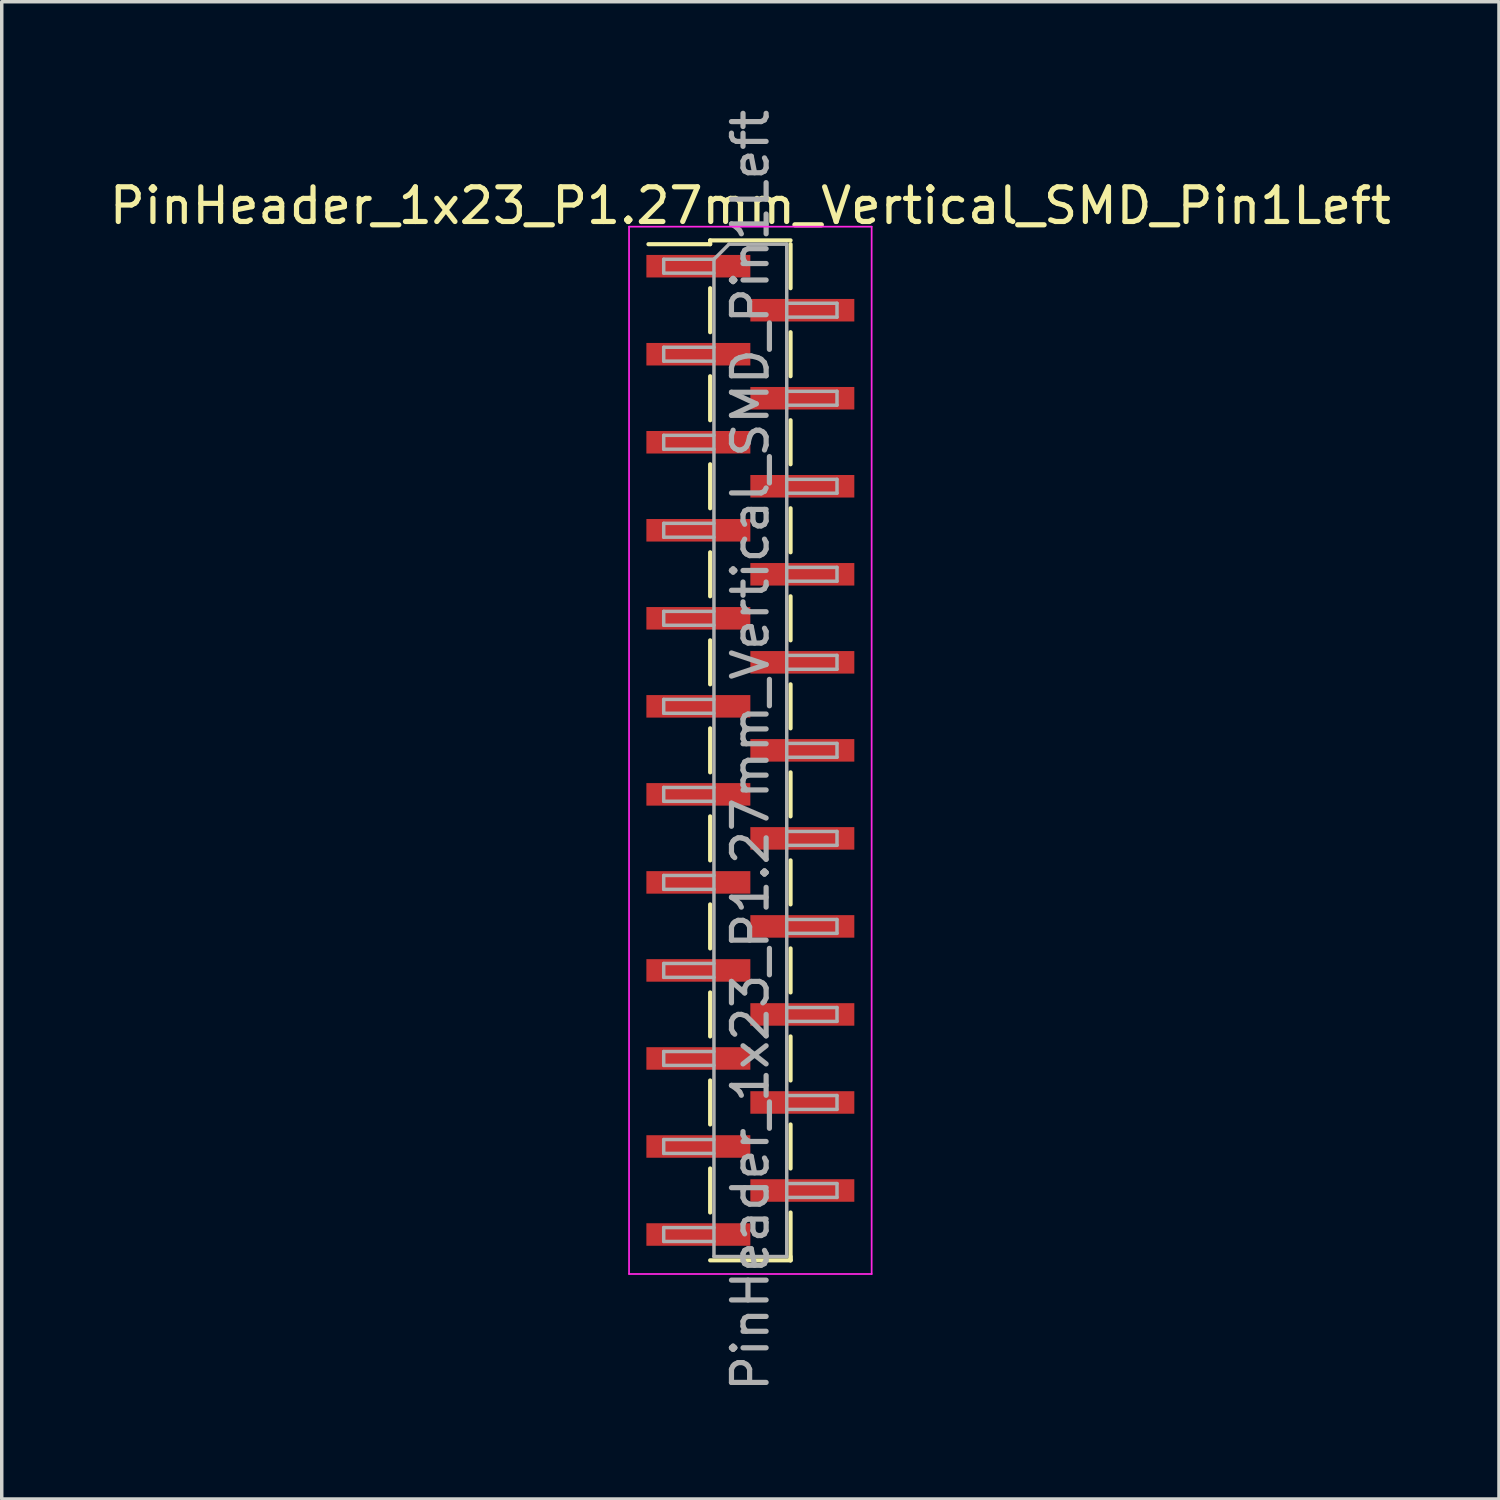
<source format=kicad_pcb>
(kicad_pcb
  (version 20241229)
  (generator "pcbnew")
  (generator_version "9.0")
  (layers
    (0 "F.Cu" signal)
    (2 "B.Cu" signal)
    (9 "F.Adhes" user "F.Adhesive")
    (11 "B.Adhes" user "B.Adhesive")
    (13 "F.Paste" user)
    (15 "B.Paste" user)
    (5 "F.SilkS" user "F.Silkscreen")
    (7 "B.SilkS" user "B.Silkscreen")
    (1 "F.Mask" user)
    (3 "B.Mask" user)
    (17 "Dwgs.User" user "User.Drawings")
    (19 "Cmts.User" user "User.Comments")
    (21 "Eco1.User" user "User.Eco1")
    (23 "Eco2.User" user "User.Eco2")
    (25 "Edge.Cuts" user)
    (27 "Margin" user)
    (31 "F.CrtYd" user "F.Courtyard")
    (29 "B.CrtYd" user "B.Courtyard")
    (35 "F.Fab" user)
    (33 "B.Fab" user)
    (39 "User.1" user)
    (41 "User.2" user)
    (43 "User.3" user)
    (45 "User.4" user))
  (footprint "PinHeader_1x23_P1.27mm_Vertical_SMD_Pin1Left"
    (layer "F.Cu")
    (at 18.601 18.601)
    (property "Reference" "PinHeader_1x23_P1.27mm_Vertical_SMD_Pin1Left" (at 0 -15.715 0) (layer "F.SilkS") (effects (font (size 1 1) (thickness 0.15))))
    (attr smd)
    (fp_line (start -1.16 -14.715) (end -1.16 -14.605) (stroke (width 0.12) (type solid)) (layer "F.SilkS"))
    (fp_line (start -1.16 -14.715) (end 1.16 -14.715) (stroke (width 0.12) (type solid)) (layer "F.SilkS"))
    (fp_line (start -1.16 -14.605) (end -2.94 -14.605) (stroke (width 0.12) (type solid)) (layer "F.SilkS"))
    (fp_line (start -1.16 -13.335) (end -1.16 -12.065) (stroke (width 0.12) (type solid)) (layer "F.SilkS"))
    (fp_line (start -1.16 -10.795) (end -1.16 -9.525) (stroke (width 0.12) (type solid)) (layer "F.SilkS"))
    (fp_line (start -1.16 -8.255) (end -1.16 -6.985) (stroke (width 0.12) (type solid)) (layer "F.SilkS"))
    (fp_line (start -1.16 -5.715) (end -1.16 -4.445) (stroke (width 0.12) (type solid)) (layer "F.SilkS"))
    (fp_line (start -1.16 -3.175) (end -1.16 -1.905) (stroke (width 0.12) (type solid)) (layer "F.SilkS"))
    (fp_line (start -1.16 -0.635) (end -1.16 0.635) (stroke (width 0.12) (type solid)) (layer "F.SilkS"))
    (fp_line (start -1.16 1.905) (end -1.16 3.175) (stroke (width 0.12) (type solid)) (layer "F.SilkS"))
    (fp_line (start -1.16 4.445) (end -1.16 5.715) (stroke (width 0.12) (type solid)) (layer "F.SilkS"))
    (fp_line (start -1.16 6.985) (end -1.16 8.255) (stroke (width 0.12) (type solid)) (layer "F.SilkS"))
    (fp_line (start -1.16 9.525) (end -1.16 10.795) (stroke (width 0.12) (type solid)) (layer "F.SilkS"))
    (fp_line (start -1.16 12.065) (end -1.16 13.335) (stroke (width 0.12) (type solid)) (layer "F.SilkS"))
    (fp_line (start -1.16 14.715) (end 1.16 14.715) (stroke (width 0.12) (type solid)) (layer "F.SilkS"))
    (fp_line (start 1.16 -14.605) (end 1.16 -13.335) (stroke (width 0.12) (type solid)) (layer "F.SilkS"))
    (fp_line (start 1.16 -12.065) (end 1.16 -10.795) (stroke (width 0.12) (type solid)) (layer "F.SilkS"))
    (fp_line (start 1.16 -9.525) (end 1.16 -8.255) (stroke (width 0.12) (type solid)) (layer "F.SilkS"))
    (fp_line (start 1.16 -6.985) (end 1.16 -5.715) (stroke (width 0.12) (type solid)) (layer "F.SilkS"))
    (fp_line (start 1.16 -4.445) (end 1.16 -3.175) (stroke (width 0.12) (type solid)) (layer "F.SilkS"))
    (fp_line (start 1.16 -1.905) (end 1.16 -0.635) (stroke (width 0.12) (type solid)) (layer "F.SilkS"))
    (fp_line (start 1.16 0.635) (end 1.16 1.905) (stroke (width 0.12) (type solid)) (layer "F.SilkS"))
    (fp_line (start 1.16 3.175) (end 1.16 4.445) (stroke (width 0.12) (type solid)) (layer "F.SilkS"))
    (fp_line (start 1.16 5.715) (end 1.16 6.985) (stroke (width 0.12) (type solid)) (layer "F.SilkS"))
    (fp_line (start 1.16 8.255) (end 1.16 9.525) (stroke (width 0.12) (type solid)) (layer "F.SilkS"))
    (fp_line (start 1.16 10.795) (end 1.16 12.065) (stroke (width 0.12) (type solid)) (layer "F.SilkS"))
    (fp_line (start 1.16 13.335) (end 1.16 14.715) (stroke (width 0.12) (type solid)) (layer "F.SilkS"))
    (fp_line (start 1.16 14.605) (end 1.16 14.715) (stroke (width 0.12) (type solid)) (layer "F.SilkS"))
    (fp_line (start -3.5 -15.11) (end -3.5 15.11) (stroke (width 0.05) (type solid)) (layer "F.CrtYd"))
    (fp_line (start -3.5 15.11) (end 3.5 15.11) (stroke (width 0.05) (type solid)) (layer "F.CrtYd"))
    (fp_line (start 3.5 -15.11) (end -3.5 -15.11) (stroke (width 0.05) (type solid)) (layer "F.CrtYd"))
    (fp_line (start 3.5 15.11) (end 3.5 -15.11) (stroke (width 0.05) (type solid)) (layer "F.CrtYd"))
    (fp_line (start -2.5 -14.17) (end -2.5 -13.77) (stroke (width 0.1) (type solid)) (layer "F.Fab"))
    (fp_line (start -2.5 -13.77) (end -1.05 -13.77) (stroke (width 0.1) (type solid)) (layer "F.Fab"))
    (fp_line (start -2.5 -11.63) (end -2.5 -11.23) (stroke (width 0.1) (type solid)) (layer "F.Fab"))
    (fp_line (start -2.5 -11.23) (end -1.05 -11.23) (stroke (width 0.1) (type solid)) (layer "F.Fab"))
    (fp_line (start -2.5 -9.09) (end -2.5 -8.69) (stroke (width 0.1) (type solid)) (layer "F.Fab"))
    (fp_line (start -2.5 -8.69) (end -1.05 -8.69) (stroke (width 0.1) (type solid)) (layer "F.Fab"))
    (fp_line (start -2.5 -6.55) (end -2.5 -6.15) (stroke (width 0.1) (type solid)) (layer "F.Fab"))
    (fp_line (start -2.5 -6.15) (end -1.05 -6.15) (stroke (width 0.1) (type solid)) (layer "F.Fab"))
    (fp_line (start -2.5 -4.01) (end -2.5 -3.61) (stroke (width 0.1) (type solid)) (layer "F.Fab"))
    (fp_line (start -2.5 -3.61) (end -1.05 -3.61) (stroke (width 0.1) (type solid)) (layer "F.Fab"))
    (fp_line (start -2.5 -1.47) (end -2.5 -1.07) (stroke (width 0.1) (type solid)) (layer "F.Fab"))
    (fp_line (start -2.5 -1.07) (end -1.05 -1.07) (stroke (width 0.1) (type solid)) (layer "F.Fab"))
    (fp_line (start -2.5 1.07) (end -2.5 1.47) (stroke (width 0.1) (type solid)) (layer "F.Fab"))
    (fp_line (start -2.5 1.47) (end -1.05 1.47) (stroke (width 0.1) (type solid)) (layer "F.Fab"))
    (fp_line (start -2.5 3.61) (end -2.5 4.01) (stroke (width 0.1) (type solid)) (layer "F.Fab"))
    (fp_line (start -2.5 4.01) (end -1.05 4.01) (stroke (width 0.1) (type solid)) (layer "F.Fab"))
    (fp_line (start -2.5 6.15) (end -2.5 6.55) (stroke (width 0.1) (type solid)) (layer "F.Fab"))
    (fp_line (start -2.5 6.55) (end -1.05 6.55) (stroke (width 0.1) (type solid)) (layer "F.Fab"))
    (fp_line (start -2.5 8.69) (end -2.5 9.09) (stroke (width 0.1) (type solid)) (layer "F.Fab"))
    (fp_line (start -2.5 9.09) (end -1.05 9.09) (stroke (width 0.1) (type solid)) (layer "F.Fab"))
    (fp_line (start -2.5 11.23) (end -2.5 11.63) (stroke (width 0.1) (type solid)) (layer "F.Fab"))
    (fp_line (start -2.5 11.63) (end -1.05 11.63) (stroke (width 0.1) (type solid)) (layer "F.Fab"))
    (fp_line (start -2.5 13.77) (end -2.5 14.17) (stroke (width 0.1) (type solid)) (layer "F.Fab"))
    (fp_line (start -2.5 14.17) (end -1.05 14.17) (stroke (width 0.1) (type solid)) (layer "F.Fab"))
    (fp_line (start -1.05 -14.17) (end -2.5 -14.17) (stroke (width 0.1) (type solid)) (layer "F.Fab"))
    (fp_line (start -1.05 -14.17) (end -0.615 -14.605) (stroke (width 0.1) (type solid)) (layer "F.Fab"))
    (fp_line (start -1.05 -11.63) (end -2.5 -11.63) (stroke (width 0.1) (type solid)) (layer "F.Fab"))
    (fp_line (start -1.05 -9.09) (end -2.5 -9.09) (stroke (width 0.1) (type solid)) (layer "F.Fab"))
    (fp_line (start -1.05 -6.55) (end -2.5 -6.55) (stroke (width 0.1) (type solid)) (layer "F.Fab"))
    (fp_line (start -1.05 -4.01) (end -2.5 -4.01) (stroke (width 0.1) (type solid)) (layer "F.Fab"))
    (fp_line (start -1.05 -1.47) (end -2.5 -1.47) (stroke (width 0.1) (type solid)) (layer "F.Fab"))
    (fp_line (start -1.05 1.07) (end -2.5 1.07) (stroke (width 0.1) (type solid)) (layer "F.Fab"))
    (fp_line (start -1.05 3.61) (end -2.5 3.61) (stroke (width 0.1) (type solid)) (layer "F.Fab"))
    (fp_line (start -1.05 6.15) (end -2.5 6.15) (stroke (width 0.1) (type solid)) (layer "F.Fab"))
    (fp_line (start -1.05 8.69) (end -2.5 8.69) (stroke (width 0.1) (type solid)) (layer "F.Fab"))
    (fp_line (start -1.05 11.23) (end -2.5 11.23) (stroke (width 0.1) (type solid)) (layer "F.Fab"))
    (fp_line (start -1.05 13.77) (end -2.5 13.77) (stroke (width 0.1) (type solid)) (layer "F.Fab"))
    (fp_line (start -1.05 14.605) (end -1.05 -14.17) (stroke (width 0.1) (type solid)) (layer "F.Fab"))
    (fp_line (start -0.615 -14.605) (end 1.05 -14.605) (stroke (width 0.1) (type solid)) (layer "F.Fab"))
    (fp_line (start 1.05 -14.605) (end 1.05 14.605) (stroke (width 0.1) (type solid)) (layer "F.Fab"))
    (fp_line (start 1.05 -12.9) (end 2.5 -12.9) (stroke (width 0.1) (type solid)) (layer "F.Fab"))
    (fp_line (start 1.05 -10.36) (end 2.5 -10.36) (stroke (width 0.1) (type solid)) (layer "F.Fab"))
    (fp_line (start 1.05 -7.82) (end 2.5 -7.82) (stroke (width 0.1) (type solid)) (layer "F.Fab"))
    (fp_line (start 1.05 -5.28) (end 2.5 -5.28) (stroke (width 0.1) (type solid)) (layer "F.Fab"))
    (fp_line (start 1.05 -2.74) (end 2.5 -2.74) (stroke (width 0.1) (type solid)) (layer "F.Fab"))
    (fp_line (start 1.05 -0.2) (end 2.5 -0.2) (stroke (width 0.1) (type solid)) (layer "F.Fab"))
    (fp_line (start 1.05 2.34) (end 2.5 2.34) (stroke (width 0.1) (type solid)) (layer "F.Fab"))
    (fp_line (start 1.05 4.88) (end 2.5 4.88) (stroke (width 0.1) (type solid)) (layer "F.Fab"))
    (fp_line (start 1.05 7.42) (end 2.5 7.42) (stroke (width 0.1) (type solid)) (layer "F.Fab"))
    (fp_line (start 1.05 9.96) (end 2.5 9.96) (stroke (width 0.1) (type solid)) (layer "F.Fab"))
    (fp_line (start 1.05 12.5) (end 2.5 12.5) (stroke (width 0.1) (type solid)) (layer "F.Fab"))
    (fp_line (start 1.05 14.605) (end -1.05 14.605) (stroke (width 0.1) (type solid)) (layer "F.Fab"))
    (fp_line (start 2.5 -12.9) (end 2.5 -12.5) (stroke (width 0.1) (type solid)) (layer "F.Fab"))
    (fp_line (start 2.5 -12.5) (end 1.05 -12.5) (stroke (width 0.1) (type solid)) (layer "F.Fab"))
    (fp_line (start 2.5 -10.36) (end 2.5 -9.96) (stroke (width 0.1) (type solid)) (layer "F.Fab"))
    (fp_line (start 2.5 -9.96) (end 1.05 -9.96) (stroke (width 0.1) (type solid)) (layer "F.Fab"))
    (fp_line (start 2.5 -7.82) (end 2.5 -7.42) (stroke (width 0.1) (type solid)) (layer "F.Fab"))
    (fp_line (start 2.5 -7.42) (end 1.05 -7.42) (stroke (width 0.1) (type solid)) (layer "F.Fab"))
    (fp_line (start 2.5 -5.28) (end 2.5 -4.88) (stroke (width 0.1) (type solid)) (layer "F.Fab"))
    (fp_line (start 2.5 -4.88) (end 1.05 -4.88) (stroke (width 0.1) (type solid)) (layer "F.Fab"))
    (fp_line (start 2.5 -2.74) (end 2.5 -2.34) (stroke (width 0.1) (type solid)) (layer "F.Fab"))
    (fp_line (start 2.5 -2.34) (end 1.05 -2.34) (stroke (width 0.1) (type solid)) (layer "F.Fab"))
    (fp_line (start 2.5 -0.2) (end 2.5 0.2) (stroke (width 0.1) (type solid)) (layer "F.Fab"))
    (fp_line (start 2.5 0.2) (end 1.05 0.2) (stroke (width 0.1) (type solid)) (layer "F.Fab"))
    (fp_line (start 2.5 2.34) (end 2.5 2.74) (stroke (width 0.1) (type solid)) (layer "F.Fab"))
    (fp_line (start 2.5 2.74) (end 1.05 2.74) (stroke (width 0.1) (type solid)) (layer "F.Fab"))
    (fp_line (start 2.5 4.88) (end 2.5 5.28) (stroke (width 0.1) (type solid)) (layer "F.Fab"))
    (fp_line (start 2.5 5.28) (end 1.05 5.28) (stroke (width 0.1) (type solid)) (layer "F.Fab"))
    (fp_line (start 2.5 7.42) (end 2.5 7.82) (stroke (width 0.1) (type solid)) (layer "F.Fab"))
    (fp_line (start 2.5 7.82) (end 1.05 7.82) (stroke (width 0.1) (type solid)) (layer "F.Fab"))
    (fp_line (start 2.5 9.96) (end 2.5 10.36) (stroke (width 0.1) (type solid)) (layer "F.Fab"))
    (fp_line (start 2.5 10.36) (end 1.05 10.36) (stroke (width 0.1) (type solid)) (layer "F.Fab"))
    (fp_line (start 2.5 12.5) (end 2.5 12.9) (stroke (width 0.1) (type solid)) (layer "F.Fab"))
    (fp_line (start 2.5 12.9) (end 1.05 12.9) (stroke (width 0.1) (type solid)) (layer "F.Fab"))
    (fp_text user "${REFERENCE}" (at 0 0 90) (layer "F.Fab") (effects (font (size 1 1) (thickness 0.15))))
    (pad "1" smd rect (at -1.5 -13.97) (size 3 0.65) (layers "F.Cu" "F.Mask" "F.Paste"))
    (pad "2" smd rect (at 1.5 -12.7) (size 3 0.65) (layers "F.Cu" "F.Mask" "F.Paste"))
    (pad "3" smd rect (at -1.5 -11.43) (size 3 0.65) (layers "F.Cu" "F.Mask" "F.Paste"))
    (pad "4" smd rect (at 1.5 -10.16) (size 3 0.65) (layers "F.Cu" "F.Mask" "F.Paste"))
    (pad "5" smd rect (at -1.5 -8.89) (size 3 0.65) (layers "F.Cu" "F.Mask" "F.Paste"))
    (pad "6" smd rect (at 1.5 -7.62) (size 3 0.65) (layers "F.Cu" "F.Mask" "F.Paste"))
    (pad "7" smd rect (at -1.5 -6.35) (size 3 0.65) (layers "F.Cu" "F.Mask" "F.Paste"))
    (pad "8" smd rect (at 1.5 -5.08) (size 3 0.65) (layers "F.Cu" "F.Mask" "F.Paste"))
    (pad "9" smd rect (at -1.5 -3.81) (size 3 0.65) (layers "F.Cu" "F.Mask" "F.Paste"))
    (pad "10" smd rect (at 1.5 -2.54) (size 3 0.65) (layers "F.Cu" "F.Mask" "F.Paste"))
    (pad "11" smd rect (at -1.5 -1.27) (size 3 0.65) (layers "F.Cu" "F.Mask" "F.Paste"))
    (pad "12" smd rect (at 1.5 0) (size 3 0.65) (layers "F.Cu" "F.Mask" "F.Paste"))
    (pad "13" smd rect (at -1.5 1.27) (size 3 0.65) (layers "F.Cu" "F.Mask" "F.Paste"))
    (pad "14" smd rect (at 1.5 2.54) (size 3 0.65) (layers "F.Cu" "F.Mask" "F.Paste"))
    (pad "15" smd rect (at -1.5 3.81) (size 3 0.65) (layers "F.Cu" "F.Mask" "F.Paste"))
    (pad "16" smd rect (at 1.5 5.08) (size 3 0.65) (layers "F.Cu" "F.Mask" "F.Paste"))
    (pad "17" smd rect (at -1.5 6.35) (size 3 0.65) (layers "F.Cu" "F.Mask" "F.Paste"))
    (pad "18" smd rect (at 1.5 7.62) (size 3 0.65) (layers "F.Cu" "F.Mask" "F.Paste"))
    (pad "19" smd rect (at -1.5 8.89) (size 3 0.65) (layers "F.Cu" "F.Mask" "F.Paste"))
    (pad "20" smd rect (at 1.5 10.16) (size 3 0.65) (layers "F.Cu" "F.Mask" "F.Paste"))
    (pad "21" smd rect (at -1.5 11.43) (size 3 0.65) (layers "F.Cu" "F.Mask" "F.Paste"))
    (pad "22" smd rect (at 1.5 12.7) (size 3 0.65) (layers "F.Cu" "F.Mask" "F.Paste"))
    (pad "23" smd rect (at -1.5 13.97) (size 3 0.65) (layers "F.Cu" "F.Mask" "F.Paste")))
  (gr_rect
    (start -3 -3)
    (end 40.202 40.202)
    (stroke (width 0.1) (type default))
    (fill no)
    (layer "Edge.Cuts")))
</source>
